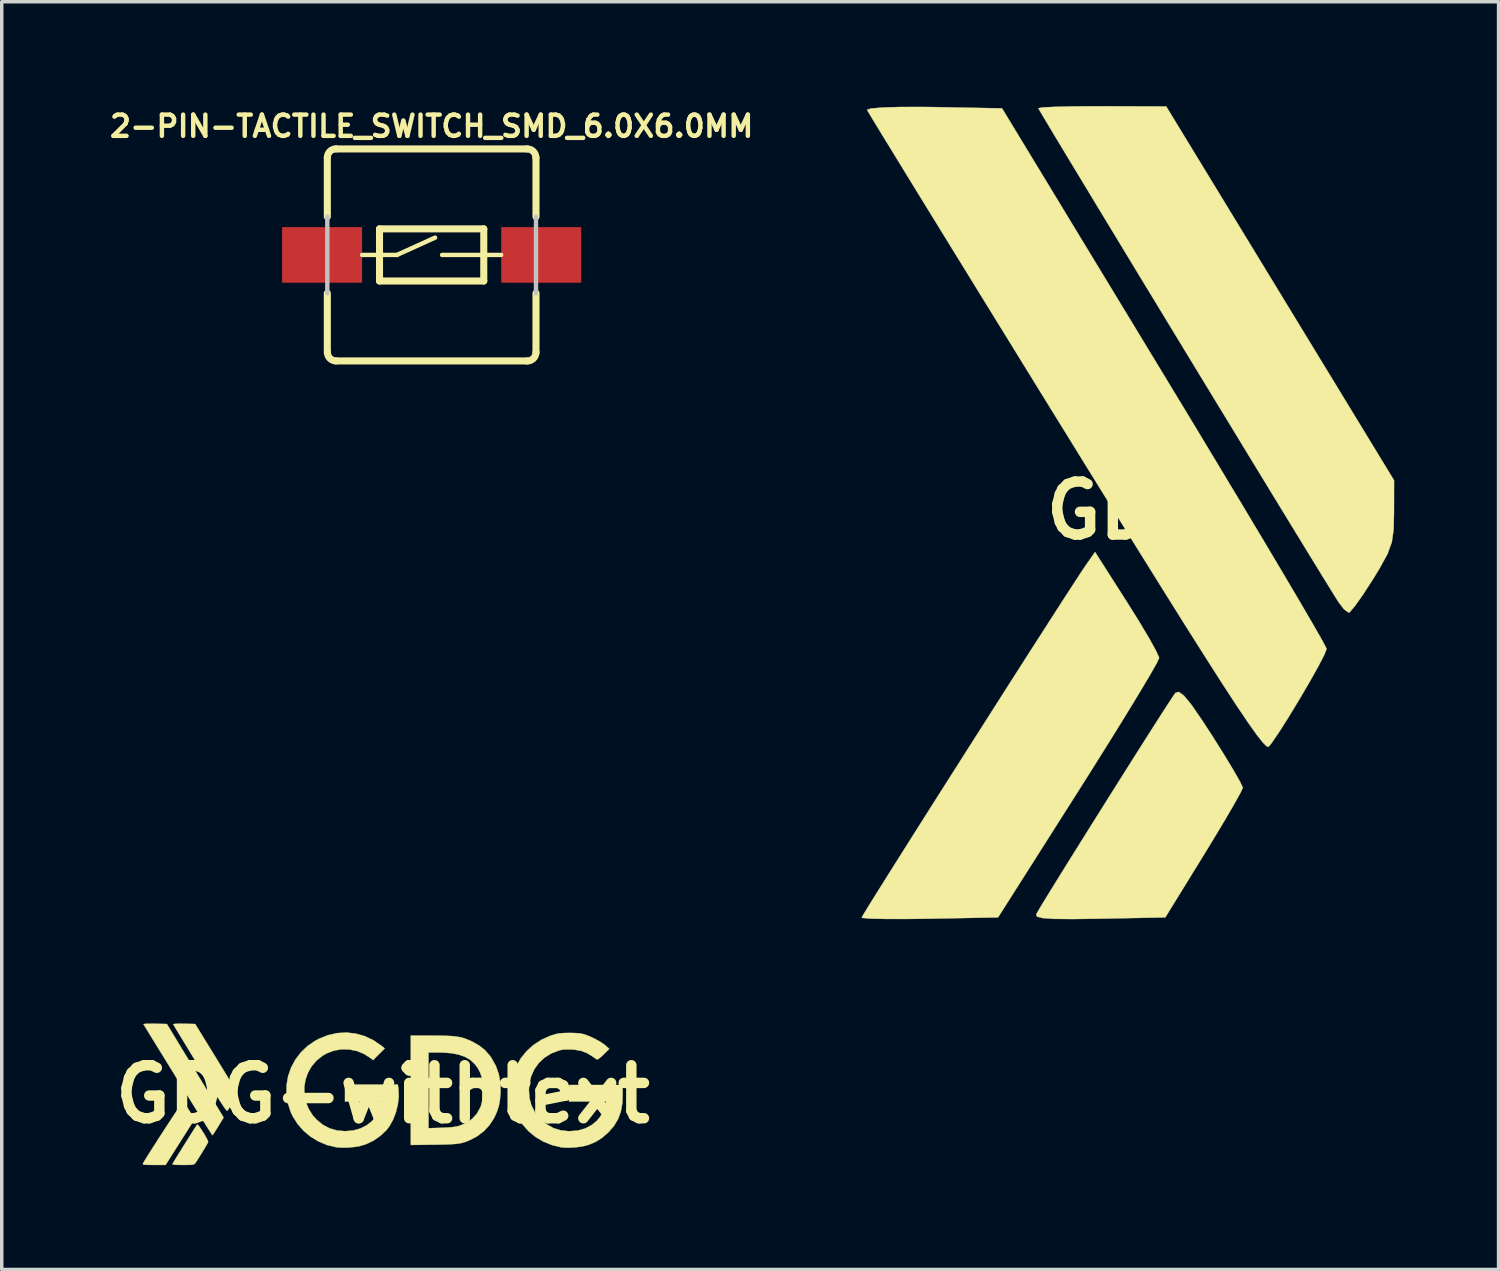
<source format=kicad_pcb>
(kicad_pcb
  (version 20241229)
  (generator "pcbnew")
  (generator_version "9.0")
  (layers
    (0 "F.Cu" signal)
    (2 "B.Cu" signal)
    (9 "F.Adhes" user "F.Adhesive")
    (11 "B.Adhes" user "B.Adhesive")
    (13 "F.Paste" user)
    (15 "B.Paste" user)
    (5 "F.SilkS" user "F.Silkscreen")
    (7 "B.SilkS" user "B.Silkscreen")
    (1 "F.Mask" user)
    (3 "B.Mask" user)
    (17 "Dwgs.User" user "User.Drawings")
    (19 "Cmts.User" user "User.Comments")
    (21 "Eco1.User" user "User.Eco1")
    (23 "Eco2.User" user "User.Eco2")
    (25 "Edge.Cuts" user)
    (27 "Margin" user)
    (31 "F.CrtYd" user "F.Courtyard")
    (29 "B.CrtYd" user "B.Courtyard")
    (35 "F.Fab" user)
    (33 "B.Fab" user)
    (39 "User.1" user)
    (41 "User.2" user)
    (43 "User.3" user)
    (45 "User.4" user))
  (footprint "GDG"
    (layer "F.Cu")
    (at 29.346 11.63)
    (property "Reference" "GDG" (at 0 0 0) (layer "F.SilkS") (effects (font (size 1.524 1.524) (thickness 0.3))))
    (attr through_hole)
    (fp_poly (pts (xy 1.645 5.321) (xy 1.866 5.591) (xy 2.181 6.049) (xy 2.45 6.462) (xy 2.791 7.004) (xy 3.071 7.467) (xy 3.263 7.804) (xy 3.338 7.967) (xy 3.338 7.971) (xy 3.269 8.119) (xy 3.083 8.453) (xy 2.804 8.931) (xy 2.455 9.511) (xy 2.222 9.893) (xy 1.11 11.697) (xy -0.792 11.735) (xy -1.559 11.745) (xy -2.092 11.74) (xy -2.421 11.716) (xy -2.58 11.673) (xy -2.601 11.606) (xy -2.598 11.601) (xy -2.456 11.36) (xy -2.203 10.946) (xy -1.862 10.395) (xy -1.456 9.744) (xy -1.008 9.028) (xy -0.54 8.283) (xy -0.076 7.546) (xy 0.362 6.853) (xy 0.751 6.241) (xy 1.069 5.744) (xy 1.293 5.4) (xy 1.399 5.245) (xy 1.402 5.242) (xy 1.498 5.214) (xy 1.645 5.321)) (stroke (width 0.01) (type solid)) (fill yes) (layer "F.SilkS"))
    (fp_poly (pts (xy 0.01 2.635) (xy 0.358 3.192) (xy 0.646 3.675) (xy 0.846 4.037) (xy 0.932 4.228) (xy 0.933 4.238) (xy 0.864 4.386) (xy 0.668 4.731) (xy 0.362 5.245) (xy -0.037 5.9) (xy -0.513 6.668) (xy -1.048 7.521) (xy -1.381 8.048) (xy -3.699 11.697) (xy -5.659 11.734) (xy -6.349 11.743) (xy -6.932 11.742) (xy -7.363 11.732) (xy -7.594 11.713) (xy -7.62 11.703) (xy -7.551 11.582) (xy -7.355 11.263) (xy -7.05 10.775) (xy -6.653 10.144) (xy -6.183 9.399) (xy -5.656 8.567) (xy -5.09 7.675) (xy -4.503 6.752) (xy -3.912 5.824) (xy -3.336 4.92) (xy -2.791 4.068) (xy -2.294 3.294) (xy -1.865 2.626) (xy -1.519 2.093) (xy -1.276 1.721) (xy -1.171 1.566) (xy -0.91 1.193) (xy 0.01 2.635)) (stroke (width 0.01) (type solid)) (fill yes) (layer "F.SilkS"))
    (fp_poly (pts (xy -0.702 -11.625) (xy 1.136 -11.619) (xy 4.412 -6.244) (xy 7.687 -0.869) (xy 7.685 0.067) (xy 7.674 0.548) (xy 7.622 0.91) (xy 7.499 1.247) (xy 7.275 1.656) (xy 7.084 1.968) (xy 6.801 2.407) (xy 6.564 2.742) (xy 6.413 2.921) (xy 6.387 2.937) (xy 6.25 2.84) (xy 6.096 2.64) (xy 5.939 2.39) (xy 5.667 1.949) (xy 5.295 1.343) (xy 4.837 0.595) (xy 4.308 -0.271) (xy 3.721 -1.233) (xy 3.093 -2.265) (xy 2.436 -3.344) (xy 1.765 -4.447) (xy 1.095 -5.55) (xy 0.439 -6.629) (xy -0.186 -7.66) (xy -0.768 -8.62) (xy -1.291 -9.485) (xy -1.742 -10.231) (xy -2.106 -10.835) (xy -2.368 -11.273) (xy -2.514 -11.521) (xy -2.54 -11.568) (xy -2.414 -11.591) (xy -2.07 -11.608) (xy -1.554 -11.62) (xy -0.916 -11.625) (xy -0.702 -11.625)) (stroke (width 0.01) (type solid)) (fill yes) (layer "F.SilkS"))
    (fp_poly (pts (xy -5.547 -11.601) (xy -3.584 -11.564) (xy 1.081 -3.877) (xy 1.873 -2.57) (xy 2.622 -1.327) (xy 3.318 -0.17) (xy 3.949 0.885) (xy 4.503 1.817) (xy 4.97 2.607) (xy 5.337 3.236) (xy 5.594 3.684) (xy 5.729 3.934) (xy 5.747 3.979) (xy 5.681 4.149) (xy 5.505 4.488) (xy 5.253 4.937) (xy 4.959 5.438) (xy 4.657 5.935) (xy 4.381 6.37) (xy 4.165 6.685) (xy 4.082 6.79) (xy 4.025 6.779) (xy 3.914 6.668) (xy 3.739 6.447) (xy 3.494 6.102) (xy 3.171 5.623) (xy 2.762 4.997) (xy 2.26 4.212) (xy 1.656 3.256) (xy 0.943 2.117) (xy 0.113 0.784) (xy -0.842 -0.755) (xy -1.748 -2.221) (xy -2.629 -3.647) (xy -3.468 -5.009) (xy -4.257 -6.288) (xy -4.984 -7.468) (xy -5.638 -8.531) (xy -6.209 -9.46) (xy -6.686 -10.238) (xy -7.059 -10.847) (xy -7.317 -11.271) (xy -7.449 -11.492) (xy -7.465 -11.521) (xy -7.356 -11.56) (xy -7.024 -11.588) (xy -6.514 -11.604) (xy -5.871 -11.605) (xy -5.547 -11.601)) (stroke (width 0.01) (type solid)) (fill yes) (layer "F.SilkS")))
  (footprint "2-PIN-TACTILE_SWITCH_SMD_6.0X6.0MM"
    (layer "F.Cu")
    (at 9.361 4.28)
    (property "Reference" "2-PIN-TACTILE_SWITCH_SMD_6.0X6.0MM" (at 0 -3.7 0) (layer "F.SilkS") (effects (font (size 0.61 0.61) (thickness 0.127))))
    (attr smd)
    (fp_line (start -3 -1.1) (end -3 -2.8) (stroke (width 0.203) (type solid)) (layer "F.SilkS"))
    (fp_line (start -3 2.8) (end -3 1.1) (stroke (width 0.203) (type solid)) (layer "F.SilkS"))
    (fp_line (start -2.748 -3.048) (end 2.748 -3.048) (stroke (width 0.203) (type solid)) (layer "F.SilkS"))
    (fp_line (start -1.999 0) (end -0.998 0) (stroke (width 0.127) (type solid)) (layer "F.SilkS"))
    (fp_line (start -1.499 -0.749) (end 1.499 -0.749) (stroke (width 0.203) (type solid)) (layer "F.SilkS"))
    (fp_line (start -1.499 0.749) (end -1.499 -0.749) (stroke (width 0.203) (type solid)) (layer "F.SilkS"))
    (fp_line (start -0.998 0) (end 0.099 -0.498) (stroke (width 0.127) (type solid)) (layer "F.SilkS"))
    (fp_line (start 0.3 0) (end 1.999 0) (stroke (width 0.127) (type solid)) (layer "F.SilkS"))
    (fp_line (start 1.499 0.749) (end -1.499 0.749) (stroke (width 0.203) (type solid)) (layer "F.SilkS"))
    (fp_line (start 1.499 0.749) (end 1.499 -0.749) (stroke (width 0.203) (type solid)) (layer "F.SilkS"))
    (fp_line (start 2.748 3.048) (end -2.748 3.048) (stroke (width 0.203) (type solid)) (layer "F.SilkS"))
    (fp_line (start 3 -1.1) (end 3 -2.8) (stroke (width 0.203) (type solid)) (layer "F.SilkS"))
    (fp_line (start 3 2.8) (end 3 1.1) (stroke (width 0.203) (type solid)) (layer "F.SilkS"))
    (fp_arc (start -2.99974 -2.7986) (mid -2.926089 -2.976409) (end -2.74828 -3.05006) (stroke (width 0.2032) (type solid)) (layer "F.SilkS"))
    (fp_arc (start -2.74828 3.04752) (mid -2.924293 2.974613) (end -2.9972 2.7986) (stroke (width 0.2032) (type solid)) (layer "F.SilkS"))
    (fp_arc (start 2.74828 -3.04752) (mid 2.924293 -2.974613) (end 2.9972 -2.7986) (stroke (width 0.2032) (type solid)) (layer "F.SilkS"))
    (fp_arc (start 2.99974 2.7986) (mid 2.926089 2.976409) (end 2.74828 3.05006) (stroke (width 0.2032) (type solid)) (layer "F.SilkS"))
    (fp_line (start -3 -1.1) (end -3 1.1) (stroke (width 0.127) (type solid)) (layer "Dwgs.User"))
    (fp_line (start 3 -1.1) (end 3 1.1) (stroke (width 0.127) (type solid)) (layer "Dwgs.User"))
    (pad "1" smd rect (at -3.15 0 180) (size 2.299 1.598) (layers "F.Cu" "F.Mask" "F.Paste"))
    (pad "2" smd rect (at 3.15 0 180) (size 2.299 1.598) (layers "F.Cu" "F.Mask" "F.Paste")))
  (footprint "GDG-withtext"
    (layer "F.Cu")
    (at 7.954 28.413)
    (property "Reference" "GDG-withtext" (at 0 0 0) (layer "F.SilkS") (effects (font (size 1.524 1.524) (thickness 0.3))))
    (attr through_hole)
    (fp_poly (pts (xy -5.72 0.236) (xy -5.681 0.289) (xy -5.629 0.365) (xy -5.569 0.458) (xy -5.563 0.467) (xy -5.407 0.712) (xy -5.825 1.372) (xy -6.243 2.032) (xy -6.576 2.032) (xy -6.707 2.031) (xy -6.799 2.029) (xy -6.857 2.025) (xy -6.887 2.017) (xy -6.897 2.006) (xy -6.896 1.997) (xy -6.878 1.964) (xy -6.839 1.898) (xy -6.781 1.804) (xy -6.708 1.688) (xy -6.623 1.554) (xy -6.528 1.406) (xy -6.428 1.249) (xy -6.324 1.089) (xy -6.22 0.929) (xy -6.119 0.774) (xy -6.023 0.628) (xy -5.937 0.498) (xy -5.862 0.387) (xy -5.803 0.3) (xy -5.762 0.241) (xy -5.741 0.216) (xy -5.74 0.215) (xy -5.72 0.236)) (stroke (width 0.01) (type solid)) (fill yes) (layer "F.SilkS"))
    (fp_poly (pts (xy -6.546 -2.027) (xy -6.206 -2.02) (xy -4.575 0.669) (xy -4.729 0.922) (xy -4.788 1.017) (xy -4.839 1.096) (xy -4.876 1.152) (xy -4.896 1.176) (xy -4.897 1.177) (xy -4.911 1.158) (xy -4.947 1.102) (xy -5.004 1.013) (xy -5.079 0.894) (xy -5.172 0.747) (xy -5.279 0.575) (xy -5.4 0.382) (xy -5.532 0.169) (xy -5.673 -0.059) (xy -5.823 -0.3) (xy -5.89 -0.408) (xy -6.042 -0.655) (xy -6.187 -0.89) (xy -6.323 -1.111) (xy -6.449 -1.314) (xy -6.562 -1.498) (xy -6.66 -1.658) (xy -6.743 -1.793) (xy -6.807 -1.898) (xy -6.852 -1.971) (xy -6.875 -2.009) (xy -6.877 -2.014) (xy -6.859 -2.02) (xy -6.801 -2.025) (xy -6.714 -2.027) (xy -6.603 -2.028) (xy -6.546 -2.027)) (stroke (width 0.01) (type solid)) (fill yes) (layer "F.SilkS"))
    (fp_poly (pts (xy -5.316 0.88) (xy -5.28 0.921) (xy -5.234 0.986) (xy -5.182 1.065) (xy -5.129 1.15) (xy -5.081 1.233) (xy -5.044 1.304) (xy -5.022 1.355) (xy -5.02 1.375) (xy -5.038 1.412) (xy -5.076 1.479) (xy -5.128 1.565) (xy -5.187 1.663) (xy -5.249 1.763) (xy -5.307 1.855) (xy -5.355 1.931) (xy -5.389 1.98) (xy -5.398 1.992) (xy -5.418 2.008) (xy -5.451 2.02) (xy -5.503 2.027) (xy -5.582 2.031) (xy -5.698 2.032) (xy -5.744 2.032) (xy -5.874 2.031) (xy -5.964 2.028) (xy -6.018 2.022) (xy -6.042 2.012) (xy -6.044 2.003) (xy -6.029 1.977) (xy -5.993 1.918) (xy -5.941 1.832) (xy -5.875 1.726) (xy -5.8 1.605) (xy -5.72 1.476) (xy -5.638 1.346) (xy -5.559 1.22) (xy -5.486 1.104) (xy -5.423 1.005) (xy -5.374 0.929) (xy -5.343 0.882) (xy -5.335 0.87) (xy -5.316 0.88)) (stroke (width 0.01) (type solid)) (fill yes) (layer "F.SilkS"))
    (fp_poly (pts (xy -5.738 -2.027) (xy -5.712 -2.027) (xy -5.392 -2.02) (xy -5.052 -1.466) (xy -4.893 -1.207) (xy -4.756 -0.984) (xy -4.64 -0.795) (xy -4.543 -0.636) (xy -4.463 -0.504) (xy -4.399 -0.396) (xy -4.349 -0.309) (xy -4.311 -0.24) (xy -4.284 -0.186) (xy -4.265 -0.144) (xy -4.254 -0.111) (xy -4.248 -0.084) (xy -4.245 -0.059) (xy -4.245 -0.035) (xy -4.245 -0.013) (xy -4.249 0.064) (xy -4.264 0.129) (xy -4.296 0.2) (xy -4.338 0.273) (xy -4.386 0.353) (xy -4.429 0.421) (xy -4.458 0.464) (xy -4.461 0.467) (xy -4.469 0.472) (xy -4.481 0.467) (xy -4.5 0.45) (xy -4.527 0.418) (xy -4.563 0.368) (xy -4.61 0.297) (xy -4.671 0.203) (xy -4.746 0.084) (xy -4.838 -0.064) (xy -4.948 -0.243) (xy -5.079 -0.456) (xy -5.231 -0.705) (xy -5.253 -0.742) (xy -5.386 -0.96) (xy -5.513 -1.168) (xy -5.629 -1.36) (xy -5.735 -1.534) (xy -5.827 -1.686) (xy -5.904 -1.813) (xy -5.964 -1.912) (xy -6.004 -1.979) (xy -6.022 -2.01) (xy -6.023 -2.012) (xy -6.004 -2.02) (xy -5.946 -2.025) (xy -5.855 -2.028) (xy -5.738 -2.027)) (stroke (width 0.01) (type solid)) (fill yes) (layer "F.SilkS"))
    (fp_poly (pts (xy 1.636 -1.685) (xy 1.823 -1.681) (xy 1.978 -1.673) (xy 2.108 -1.66) (xy 2.22 -1.642) (xy 2.32 -1.617) (xy 2.416 -1.583) (xy 2.515 -1.541) (xy 2.575 -1.513) (xy 2.774 -1.4) (xy 2.938 -1.27) (xy 3.076 -1.114) (xy 3.126 -1.044) (xy 3.253 -0.816) (xy 3.338 -0.576) (xy 3.383 -0.319) (xy 3.388 -0.042) (xy 3.387 -0.024) (xy 3.369 0.171) (xy 3.338 0.337) (xy 3.289 0.491) (xy 3.219 0.648) (xy 3.203 0.679) (xy 3.071 0.885) (xy 2.906 1.063) (xy 2.713 1.208) (xy 2.604 1.268) (xy 2.508 1.315) (xy 2.423 1.352) (xy 2.342 1.381) (xy 2.259 1.403) (xy 2.167 1.419) (xy 2.059 1.431) (xy 1.929 1.438) (xy 1.768 1.444) (xy 1.572 1.448) (xy 1.472 1.449) (xy 0.808 1.458) (xy 0.808 -1.201) (xy 1.316 -1.201) (xy 1.316 0.976) (xy 1.691 0.964) (xy 1.857 0.957) (xy 1.986 0.947) (xy 2.088 0.934) (xy 2.17 0.917) (xy 2.211 0.905) (xy 2.409 0.82) (xy 2.576 0.703) (xy 2.71 0.555) (xy 2.808 0.378) (xy 2.819 0.352) (xy 2.851 0.237) (xy 2.873 0.091) (xy 2.884 -0.069) (xy 2.884 -0.229) (xy 2.873 -0.374) (xy 2.852 -0.475) (xy 2.803 -0.619) (xy 2.744 -0.736) (xy 2.666 -0.845) (xy 2.636 -0.879) (xy 2.515 -0.991) (xy 2.366 -1.077) (xy 2.187 -1.14) (xy 1.976 -1.181) (xy 1.727 -1.199) (xy 1.617 -1.201) (xy 1.316 -1.201) (xy 0.808 -1.201) (xy 0.808 -1.686) (xy 1.41 -1.686) (xy 1.636 -1.685)) (stroke (width 0.01) (type solid)) (fill yes) (layer "F.SilkS"))
    (fp_poly (pts (xy -0.775 -1.744) (xy -0.518 -1.671) (xy -0.27 -1.554) (xy -0.035 -1.393) (xy -0.012 -1.374) (xy 0.058 -1.317) (xy -0.109 -1.15) (xy -0.276 -0.983) (xy -0.34 -1.033) (xy -0.534 -1.159) (xy -0.743 -1.244) (xy -0.961 -1.289) (xy -1.182 -1.293) (xy -1.4 -1.256) (xy -1.608 -1.178) (xy -1.722 -1.113) (xy -1.9 -0.972) (xy -2.042 -0.807) (xy -2.149 -0.621) (xy -2.22 -0.421) (xy -2.255 -0.213) (xy -2.253 -0.001) (xy -2.213 0.209) (xy -2.135 0.411) (xy -2.018 0.599) (xy -1.905 0.727) (xy -1.727 0.874) (xy -1.53 0.979) (xy -1.316 1.041) (xy -1.084 1.062) (xy -0.858 1.043) (xy -0.651 0.987) (xy -0.467 0.897) (xy -0.31 0.775) (xy -0.184 0.625) (xy -0.092 0.449) (xy -0.049 0.306) (xy -0.028 0.208) (xy -1.085 0.208) (xy -1.085 -0.277) (xy 0.435 -0.277) (xy 0.452 -0.148) (xy 0.46 0.068) (xy 0.435 0.293) (xy 0.38 0.517) (xy 0.299 0.729) (xy 0.194 0.917) (xy 0.103 1.035) (xy -0.068 1.196) (xy -0.265 1.332) (xy -0.476 1.434) (xy -0.651 1.488) (xy -0.81 1.515) (xy -0.986 1.531) (xy -1.161 1.535) (xy -1.314 1.525) (xy -1.339 1.521) (xy -1.599 1.46) (xy -1.846 1.357) (xy -2.074 1.219) (xy -2.277 1.048) (xy -2.451 0.849) (xy -2.591 0.626) (xy -2.648 0.501) (xy -2.73 0.243) (xy -2.767 -0.018) (xy -2.762 -0.277) (xy -2.717 -0.529) (xy -2.633 -0.77) (xy -2.511 -0.996) (xy -2.354 -1.202) (xy -2.164 -1.385) (xy -1.941 -1.538) (xy -1.836 -1.594) (xy -1.573 -1.699) (xy -1.306 -1.759) (xy -1.039 -1.774) (xy -0.775 -1.744)) (stroke (width 0.01) (type solid)) (fill yes) (layer "F.SilkS"))
    (fp_poly (pts (xy 5.51 -1.761) (xy 5.643 -1.752) (xy 5.748 -1.735) (xy 5.75 -1.735) (xy 5.866 -1.698) (xy 6.002 -1.641) (xy 6.142 -1.572) (xy 6.271 -1.498) (xy 6.376 -1.426) (xy 6.403 -1.403) (xy 6.515 -1.305) (xy 6.353 -1.146) (xy 6.271 -1.068) (xy 6.207 -1.019) (xy 6.168 -1) (xy 6.161 -1.001) (xy 6.127 -1.022) (xy 6.069 -1.061) (xy 6.021 -1.095) (xy 5.87 -1.186) (xy 5.71 -1.247) (xy 5.528 -1.28) (xy 5.424 -1.288) (xy 5.286 -1.29) (xy 5.177 -1.283) (xy 5.08 -1.263) (xy 5.066 -1.259) (xy 4.844 -1.173) (xy 4.651 -1.052) (xy 4.488 -0.9) (xy 4.36 -0.721) (xy 4.268 -0.518) (xy 4.215 -0.295) (xy 4.203 -0.117) (xy 4.22 0.11) (xy 4.273 0.312) (xy 4.365 0.496) (xy 4.5 0.669) (xy 4.547 0.718) (xy 4.722 0.867) (xy 4.908 0.972) (xy 5.111 1.036) (xy 5.337 1.062) (xy 5.38 1.062) (xy 5.612 1.043) (xy 5.821 0.984) (xy 6.007 0.886) (xy 6.154 0.766) (xy 6.245 0.657) (xy 6.325 0.523) (xy 6.385 0.385) (xy 6.409 0.294) (xy 6.424 0.208) (xy 5.355 0.208) (xy 5.362 -0.029) (xy 5.369 -0.266) (xy 6.893 -0.266) (xy 6.899 -0.012) (xy 6.89 0.256) (xy 6.847 0.496) (xy 6.768 0.711) (xy 6.651 0.907) (xy 6.495 1.088) (xy 6.471 1.111) (xy 6.301 1.256) (xy 6.129 1.365) (xy 5.943 1.445) (xy 5.847 1.475) (xy 5.713 1.504) (xy 5.557 1.524) (xy 5.396 1.535) (xy 5.246 1.535) (xy 5.137 1.526) (xy 4.866 1.461) (xy 4.615 1.359) (xy 4.388 1.223) (xy 4.188 1.057) (xy 4.018 0.864) (xy 3.879 0.648) (xy 3.776 0.413) (xy 3.711 0.162) (xy 3.687 -0.102) (xy 3.698 -0.304) (xy 3.749 -0.566) (xy 3.843 -0.812) (xy 3.974 -1.038) (xy 4.14 -1.242) (xy 4.337 -1.419) (xy 4.563 -1.566) (xy 4.814 -1.68) (xy 4.989 -1.734) (xy 5.088 -1.751) (xy 5.218 -1.761) (xy 5.363 -1.764) (xy 5.51 -1.761)) (stroke (width 0.01) (type solid)) (fill yes) (layer "F.SilkS")))
  (gr_rect
    (start -3 -3)
    (end 40.038 33.45)
    (stroke (width 0.1) (type default))
    (fill no)
    (layer "Edge.Cuts")))
</source>
